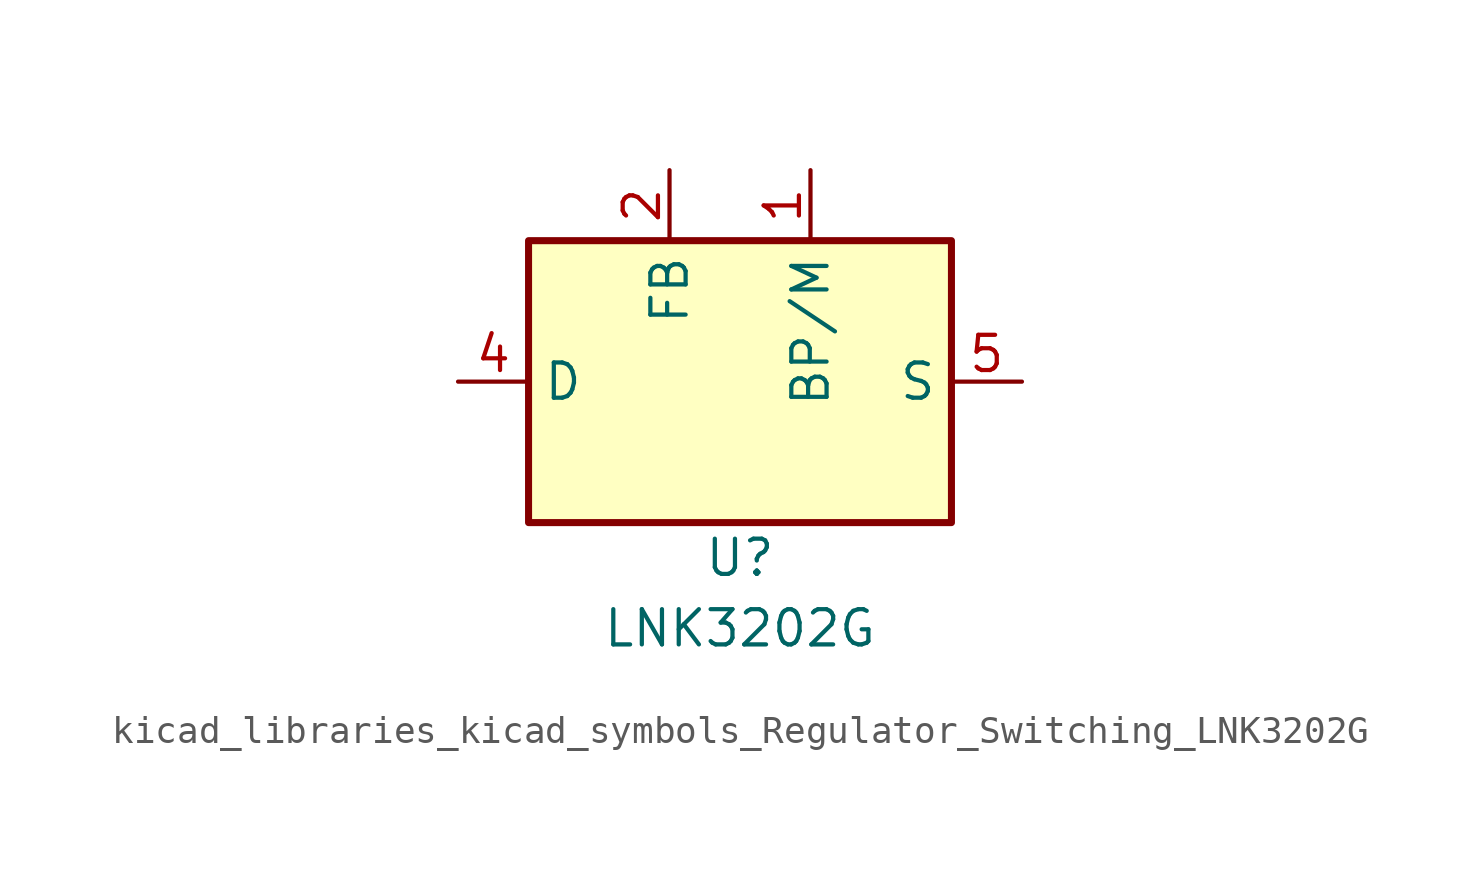
<source format=kicad_sym>
(kicad_symbol_lib
  (version 20220914)
  (generator kicad_symbol_editor)
  (symbol "kicad_libraries_kicad_symbols_Regulator_Switching_LNK3202G"
    (property "Reference" "U"
      (at 0 -6.35 0)
      (effects (font (size 1.27 1.27))))
    (property "Value" "LNK3202G"
      (at 0 -8.89 0)
      (effects (font (size 1.27 1.27))))
    (symbol "kicad_libraries_kicad_symbols_Regulator_Switching_LNK3202G_0_1"
      (rectangle (start -7.62 5.08) (end 7.62 -5.08) (stroke (width 0.254) (type default)) (fill (type background))))
    (symbol "kicad_libraries_kicad_symbols_Regulator_Switching_LNK3202G_1_1"
      (pin input line (at 2.54 7.62 270) (length 2.54) (name "BP/M" (effects (font (size 1.27 1.27)))) (number "1" (effects (font (size 1.27 1.27)))))
      (pin input line (at -2.54 7.62 270) (length 2.54) (name "FB" (effects (font (size 1.27 1.27)))) (number "2" (effects (font (size 1.27 1.27)))))
      (pin open_collector line (at -10.16 0 0) (length 2.54) (name "D" (effects (font (size 1.27 1.27)))) (number "4" (effects (font (size 1.27 1.27)))))
      (pin power_in line (at 10.16 0 180) (length 2.54) (name "S" (effects (font (size 1.27 1.27)))) (number "5" (effects (font (size 1.27 1.27)))))
      (pin passive line (at 10.16 0 180) (length 2.54) hide (name "S" (effects (font (size 1.27 1.27)))) (number "6" (effects (font (size 1.27 1.27)))))
      (pin passive line (at 10.16 0 180) (length 2.54) hide (name "S" (effects (font (size 1.27 1.27)))) (number "7" (effects (font (size 1.27 1.27)))))
      (pin passive line (at 10.16 0 180) (length 2.54) hide (name "S" (effects (font (size 1.27 1.27)))) (number "8" (effects (font (size 1.27 1.27))))))))
</source>
